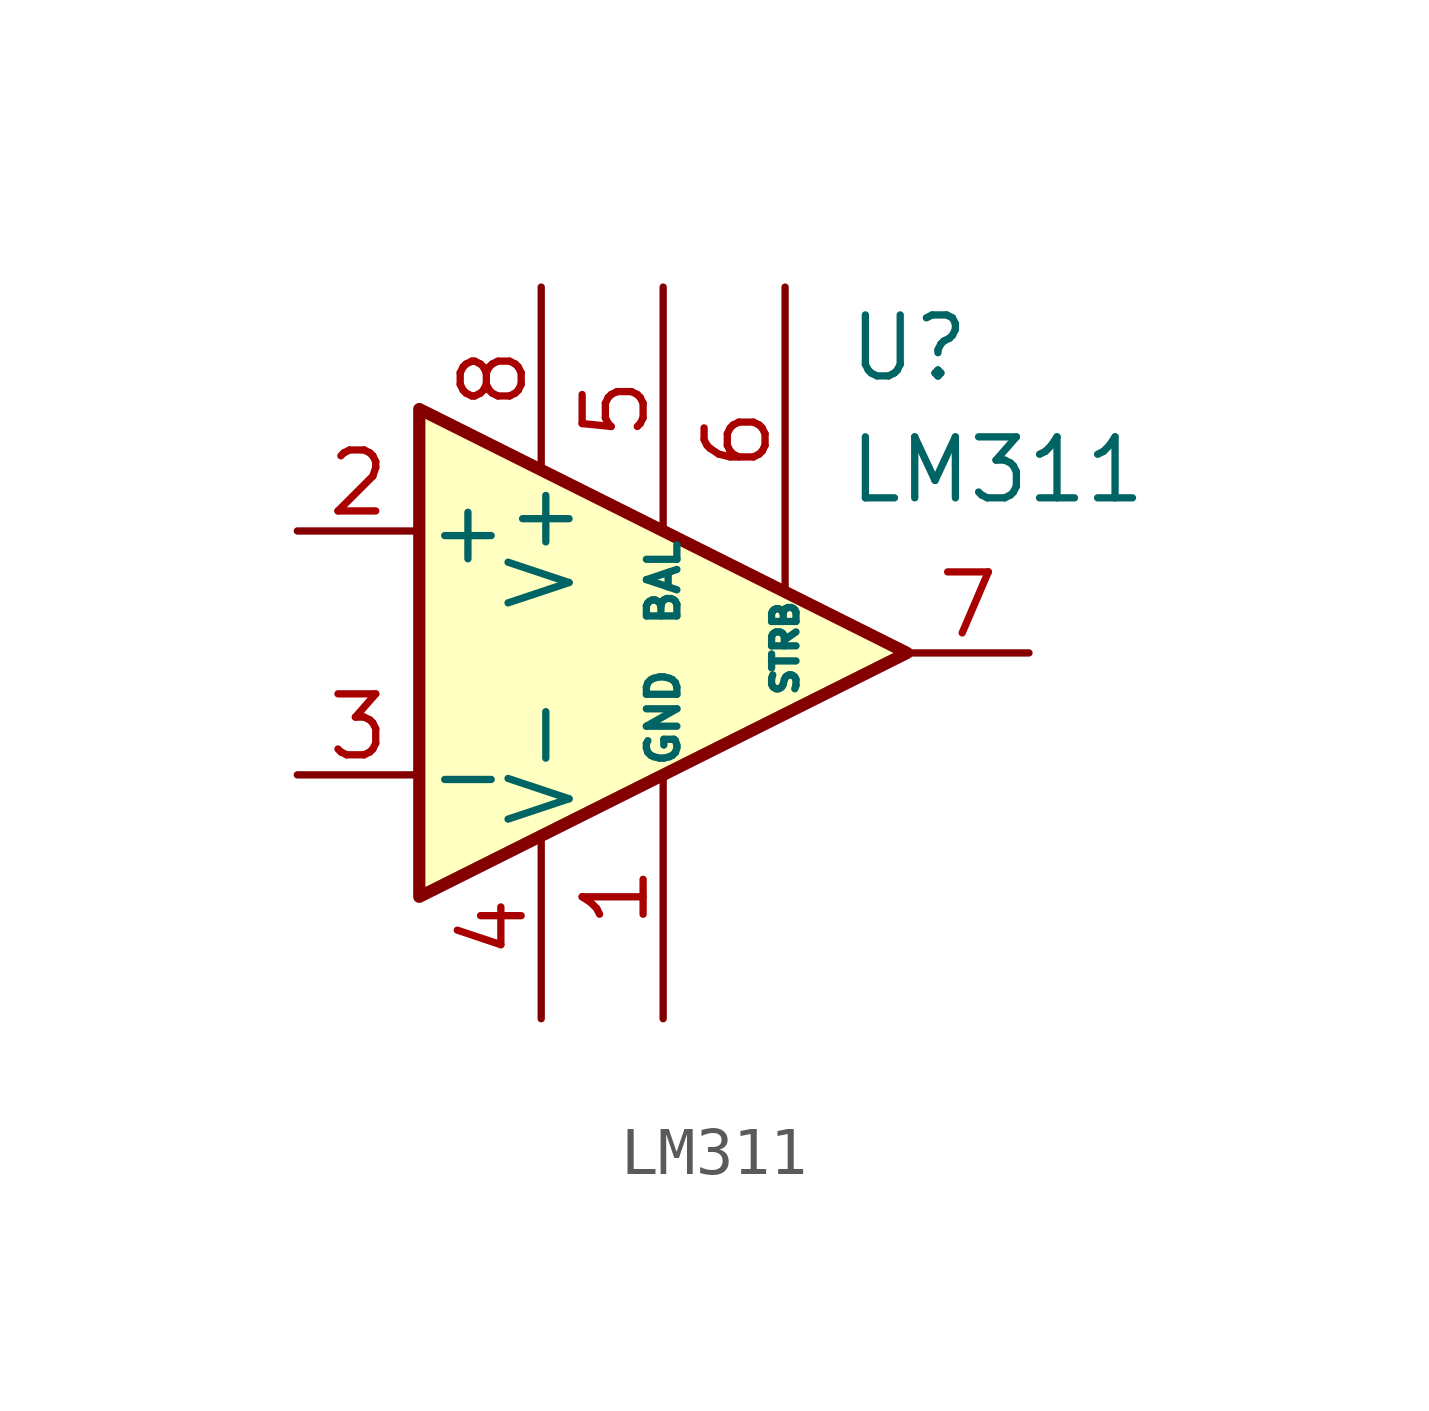
<source format=kicad_sym>
(kicad_symbol_lib
  (version 20241209)
  (generator "kicad_symbol_editor")
  (generator_version "9.0")
  (symbol "LM311"
    (pin_names
      (offset 0.127))
    (property "Reference" "U"
      (at 3.81 6.35 0)
      (effects (font (size 1.27 1.27)) (justify left)))
    (property "Value" "LM311"
      (at 3.81 3.81 0)
      (effects (font (size 1.27 1.27)) (justify left)))
    (symbol "LM311_0_1"
      (polyline (pts (xy 5.08 0) (xy -5.08 5.08) (xy -5.08 -5.08) (xy 5.08 0)) (stroke (width 0.254) (type solid)) (fill (type background))))
    (symbol "LM311_1_1"
      (pin input line (at -7.62 2.54 0) (length 2.54) (name "+" (effects (font (size 1.27 1.27)))) (number "2" (effects (font (size 1.27 1.27)))))
      (pin input line (at -7.62 -2.54 0) (length 2.54) (name "-" (effects (font (size 1.27 1.27)))) (number "3" (effects (font (size 1.27 1.27)))))
      (pin power_in line (at -2.54 7.62 270) (length 3.81) (name "V+" (effects (font (size 1.27 1.27)))) (number "8" (effects (font (size 1.27 1.27)))))
      (pin power_in line (at -2.54 -7.62 90) (length 3.81) (name "V-" (effects (font (size 1.27 1.27)))) (number "4" (effects (font (size 1.27 1.27)))))
      (pin input line (at 0 7.62 270) (length 5.08) (name "BAL" (effects (font (size 0.635 0.635)))) (number "5" (effects (font (size 1.27 1.27)))))
      (pin passive line (at 0 -7.62 90) (length 5.08) (name "GND" (effects (font (size 0.635 0.635)))) (number "1" (effects (font (size 1.27 1.27)))))
      (pin input line (at 2.54 7.62 270) (length 6.35) (name "STRB" (effects (font (size 0.508 0.508)))) (number "6" (effects (font (size 1.27 1.27)))))
      (pin open_collector line (at 7.62 0 180) (length 2.54) (name "~" (effects (font (size 1.27 1.27)))) (number "7" (effects (font (size 1.27 1.27))))))))
</source>
